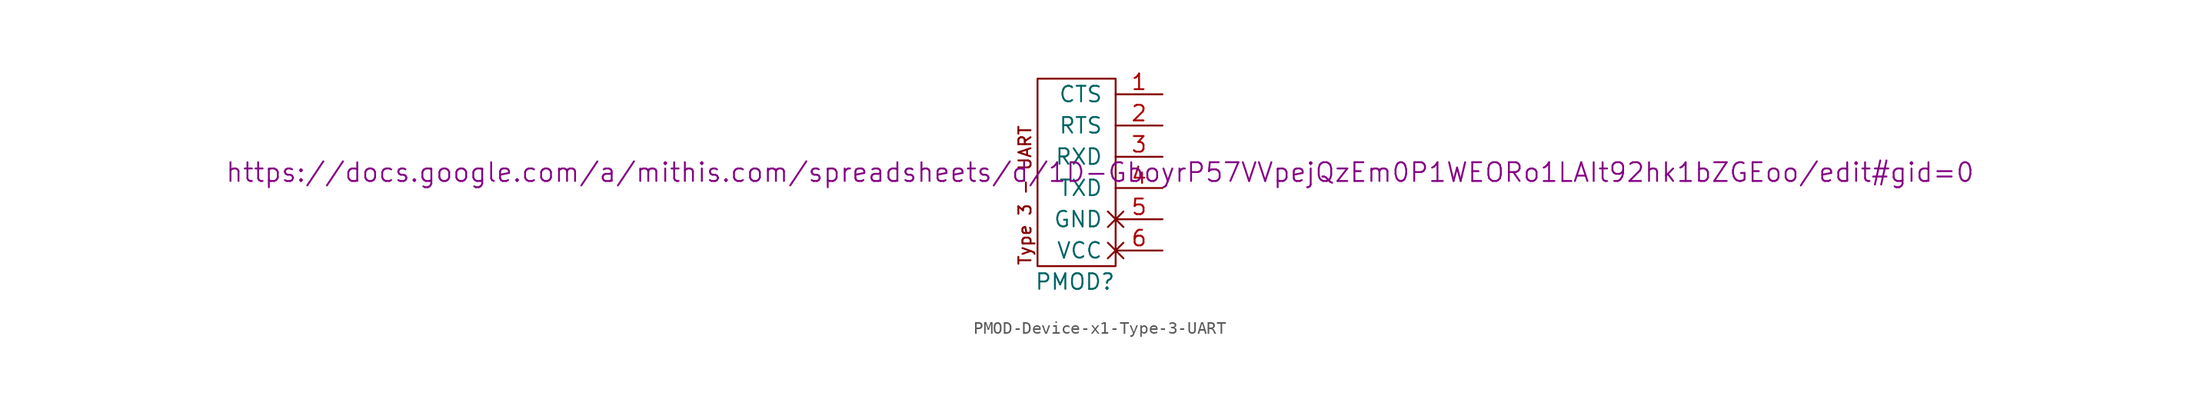
<source format=kicad_sym>
(kicad_symbol_lib
  (version 20211014)
  (generator kicad_symbol_editor)
  (symbol "PMOD-Device-x1-Type-3-UART"
    (pin_names
      (offset 1.016))
    (property "Reference" "PMOD"
      (at -3.302 -1.27 0)
      (effects (font (size 1.27 1.27))))
    (property "Datasheet" "https://docs.google.com/a/mithis.com/spreadsheets/d/1D-GboyrP57VVpejQzEm0P1WEORo1LAIt92hk1bZGEoo/edit#gid=0"
      (at -1.27 7.62 0)
      (effects (font (size 1.524 1.524))))
    (symbol "PMOD-Device-x1-Type-3-UART_0_0"
      (text "Type 3 - UART" (at -7.366 0 900) (effects (font (size 0.991 0.991)) (justify left))))
    (symbol "PMOD-Device-x1-Type-3-UART_0_1"
      (rectangle (start 0 15.24) (end -6.35 0) (stroke (width 0) (type default) (color 0 0 0 0)) (fill (type none))))
    (symbol "PMOD-Device-x1-Type-3-UART_1_1"
      (pin output line (at 3.81 13.97 180) (length 3.81) (name "CTS" (effects (font (size 1.27 1.27)))) (number "1" (effects (font (size 1.27 1.27)))))
      (pin input line (at 3.81 11.43 180) (length 3.81) (name "RTS" (effects (font (size 1.27 1.27)))) (number "2" (effects (font (size 1.27 1.27)))))
      (pin input line (at 3.81 8.89 180) (length 3.81) (name "RXD" (effects (font (size 1.27 1.27)))) (number "3" (effects (font (size 1.27 1.27)))))
      (pin output line (at 3.81 6.35 180) (length 3.81) (name "TXD" (effects (font (size 1.27 1.27)))) (number "4" (effects (font (size 1.27 1.27)))))
      (pin power_out non_logic (at 3.81 3.81 180) (length 3.81) (name "GND" (effects (font (size 1.27 1.27)))) (number "5" (effects (font (size 1.27 1.27)))))
      (pin power_out non_logic (at 3.81 1.27 180) (length 3.81) (name "VCC" (effects (font (size 1.27 1.27)))) (number "6" (effects (font (size 1.27 1.27))))))))
</source>
